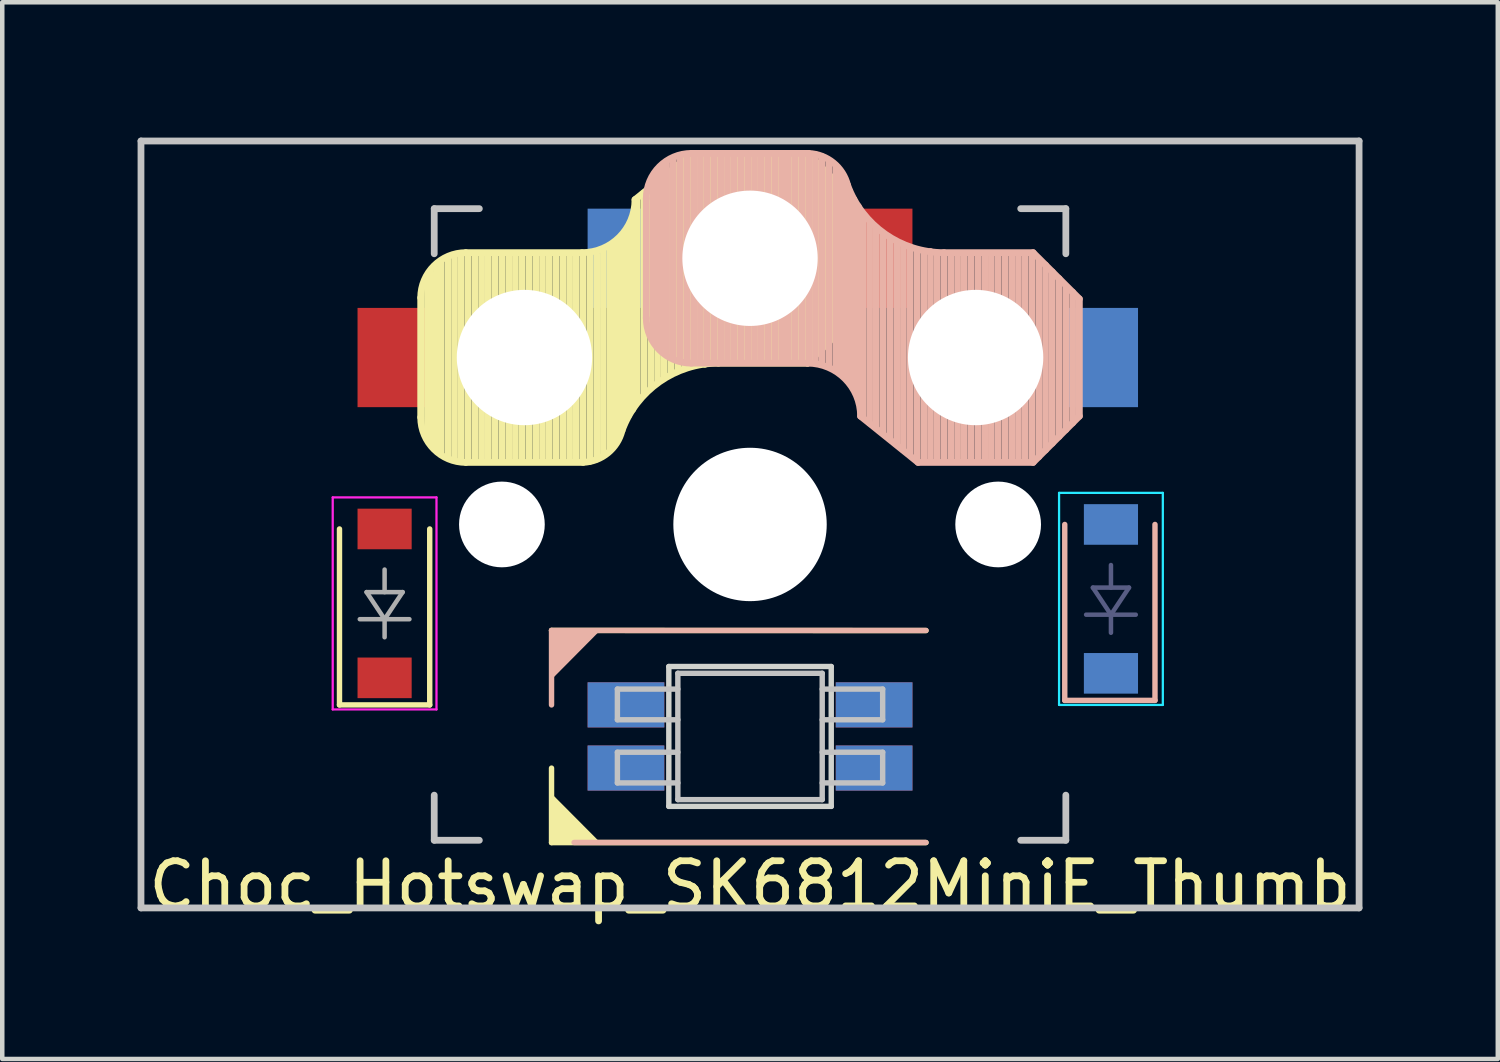
<source format=kicad_pcb>
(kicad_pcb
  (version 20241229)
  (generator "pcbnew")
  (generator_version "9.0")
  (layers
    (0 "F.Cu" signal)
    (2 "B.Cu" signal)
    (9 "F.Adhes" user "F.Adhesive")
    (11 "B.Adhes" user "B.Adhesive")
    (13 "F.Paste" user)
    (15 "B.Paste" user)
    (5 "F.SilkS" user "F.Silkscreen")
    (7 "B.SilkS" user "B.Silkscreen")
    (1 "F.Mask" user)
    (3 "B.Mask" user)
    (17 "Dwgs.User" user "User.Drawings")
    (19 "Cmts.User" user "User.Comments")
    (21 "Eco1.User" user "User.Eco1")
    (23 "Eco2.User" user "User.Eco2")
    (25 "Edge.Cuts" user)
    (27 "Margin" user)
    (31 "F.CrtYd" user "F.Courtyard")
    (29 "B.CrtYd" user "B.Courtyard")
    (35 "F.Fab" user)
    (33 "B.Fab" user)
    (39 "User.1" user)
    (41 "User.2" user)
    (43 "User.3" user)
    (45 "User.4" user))
  (footprint "Choc_Hotswap_SK6812MiniE_Thumb"
    (layer "F.Cu")
    (at 13.575 8.575)
    (property "Reference" "Choc_Hotswap_SK6812MiniE_Thumb" (at 0 8 180) (layer "F.SilkS") (effects (font (size 1 1) (thickness 0.15))))
    (attr through_hole)
    (fp_line (start -9.1 4) (end -9.1 0.1) (stroke (width 0.12) (type solid)) (layer "F.SilkS"))
    (fp_line (start -9.1 4) (end -7.1 4) (stroke (width 0.12) (type solid)) (layer "F.SilkS"))
    (fp_line (start -7.3 -5.025) (end -7.3 -2.375) (stroke (width 0.15) (type solid)) (layer "F.SilkS"))
    (fp_line (start -7.15 -1.95) (end -7.15 -5.5) (stroke (width 0.15) (type solid)) (layer "F.SilkS"))
    (fp_line (start -7.1 4) (end -7.1 0.1) (stroke (width 0.12) (type solid)) (layer "F.SilkS"))
    (fp_line (start -7.05 -1.8) (end -7.05 -5.55) (stroke (width 0.15) (type solid)) (layer "F.SilkS"))
    (fp_line (start -6.95 -1.7) (end -6.95 -5.65) (stroke (width 0.15) (type solid)) (layer "F.SilkS"))
    (fp_line (start -6.85 -1.6) (end -6.85 -5.8) (stroke (width 0.15) (type solid)) (layer "F.SilkS"))
    (fp_line (start -6.7 -1.5) (end -6.7 -5.9) (stroke (width 0.15) (type solid)) (layer "F.SilkS"))
    (fp_line (start -6.55 -1.45) (end -6.55 -5.95) (stroke (width 0.15) (type solid)) (layer "F.SilkS"))
    (fp_line (start -6.4 -1.4) (end -6.4 -5.95) (stroke (width 0.15) (type solid)) (layer "F.SilkS"))
    (fp_line (start -6.3 -6.025) (end -3.725 -6.025) (stroke (width 0.15) (type solid)) (layer "F.SilkS"))
    (fp_line (start -6.3 -1.375) (end -3.7 -1.375) (stroke (width 0.15) (type solid)) (layer "F.SilkS"))
    (fp_line (start -6.25 -1.4) (end -6.25 -6) (stroke (width 0.15) (type solid)) (layer "F.SilkS"))
    (fp_line (start -6.1 -1.4) (end -6.1 -6) (stroke (width 0.15) (type solid)) (layer "F.SilkS"))
    (fp_line (start -5.95 -1.4) (end -5.95 -6) (stroke (width 0.15) (type solid)) (layer "F.SilkS"))
    (fp_line (start -5.8 -1.4) (end -5.8 -6) (stroke (width 0.15) (type solid)) (layer "F.SilkS"))
    (fp_line (start -5.65 -1.4) (end -5.65 -6) (stroke (width 0.15) (type solid)) (layer "F.SilkS"))
    (fp_line (start -5.5 -1.4) (end -5.5 -6) (stroke (width 0.15) (type solid)) (layer "F.SilkS"))
    (fp_line (start -5.35 -1.4) (end -5.35 -6) (stroke (width 0.15) (type solid)) (layer "F.SilkS"))
    (fp_line (start -5.2 -1.4) (end -5.2 -6) (stroke (width 0.15) (type solid)) (layer "F.SilkS"))
    (fp_line (start -5.05 -1.4) (end -5.05 -6) (stroke (width 0.15) (type solid)) (layer "F.SilkS"))
    (fp_line (start -4.9 -1.4) (end -4.9 -6) (stroke (width 0.15) (type solid)) (layer "F.SilkS"))
    (fp_line (start -4.75 -1.4) (end -4.75 -6) (stroke (width 0.15) (type solid)) (layer "F.SilkS"))
    (fp_line (start -4.6 -1.4) (end -4.6 -6) (stroke (width 0.15) (type solid)) (layer "F.SilkS"))
    (fp_line (start -4.45 -1.4) (end -4.45 -6) (stroke (width 0.15) (type solid)) (layer "F.SilkS"))
    (fp_line (start -4.4 2.349) (end 3.9 2.352) (stroke (width 0.12) (type solid)) (layer "F.SilkS"))
    (fp_line (start -4.4 7.052) (end -4.4 5.401) (stroke (width 0.12) (type solid)) (layer "F.SilkS"))
    (fp_line (start -4.3 -1.4) (end -4.3 -6) (stroke (width 0.15) (type solid)) (layer "F.SilkS"))
    (fp_line (start -4.15 -1.4) (end -4.15 -6) (stroke (width 0.15) (type solid)) (layer "F.SilkS"))
    (fp_line (start -4 -1.4) (end -4 -6) (stroke (width 0.15) (type solid)) (layer "F.SilkS"))
    (fp_line (start -3.85 -1.4) (end -3.85 -5.95) (stroke (width 0.15) (type solid)) (layer "F.SilkS"))
    (fp_line (start -3.7 -1.4) (end -3.7 -6) (stroke (width 0.15) (type solid)) (layer "F.SilkS"))
    (fp_line (start -3.55 -1.4) (end -3.55 -6) (stroke (width 0.15) (type solid)) (layer "F.SilkS"))
    (fp_line (start -3.4 -1.45) (end -3.4 -6) (stroke (width 0.15) (type solid)) (layer "F.SilkS"))
    (fp_line (start -3.25 -1.55) (end -3.25 -6.1) (stroke (width 0.15) (type solid)) (layer "F.SilkS"))
    (fp_line (start -3.1 -1.65) (end -3.1 -6.15) (stroke (width 0.15) (type solid)) (layer "F.SilkS"))
    (fp_line (start -3 -1.8) (end -3 -6.2) (stroke (width 0.15) (type solid)) (layer "F.SilkS"))
    (fp_line (start -2.9 -2.05) (end -2.9 -6.25) (stroke (width 0.15) (type solid)) (layer "F.SilkS"))
    (fp_line (start -2.8 -2.2) (end -2.8 -6.35) (stroke (width 0.15) (type solid)) (layer "F.SilkS"))
    (fp_line (start -2.7 -2.4) (end -2.7 -6.55) (stroke (width 0.15) (type solid)) (layer "F.SilkS"))
    (fp_line (start -2.6 -2.55) (end -2.6 -6.7) (stroke (width 0.15) (type solid)) (layer "F.SilkS"))
    (fp_line (start -2.5 -2.75) (end -2.5 -7.2) (stroke (width 0.15) (type solid)) (layer "F.SilkS"))
    (fp_line (start -2.35 -2.9) (end -2.35 -7.35) (stroke (width 0.15) (type solid)) (layer "F.SilkS"))
    (fp_line (start -2.2 -3.05) (end -2.2 -7.45) (stroke (width 0.15) (type solid)) (layer "F.SilkS"))
    (fp_line (start -2.05 -3.15) (end -2.05 -7.55) (stroke (width 0.15) (type solid)) (layer "F.SilkS"))
    (fp_line (start -1.9 -3.25) (end -1.9 -7.7) (stroke (width 0.15) (type solid)) (layer "F.SilkS"))
    (fp_line (start -1.75 -3.35) (end -1.75 -7.8) (stroke (width 0.15) (type solid)) (layer "F.SilkS"))
    (fp_line (start -1.6 -3.4) (end -1.6 -7.95) (stroke (width 0.15) (type solid)) (layer "F.SilkS"))
    (fp_line (start -1.45 -3.5) (end -1.45 -8.05) (stroke (width 0.15) (type solid)) (layer "F.SilkS"))
    (fp_line (start -1.3 -3.55) (end -1.3 -8.15) (stroke (width 0.15) (type solid)) (layer "F.SilkS"))
    (fp_line (start -1.275 -8.225) (end -2.55 -7.2) (stroke (width 0.15) (type solid)) (layer "F.SilkS"))
    (fp_line (start -1.275 -8.225) (end 1.275 -8.225) (stroke (width 0.15) (type solid)) (layer "F.SilkS"))
    (fp_line (start -1.15 -3.55) (end -1.15 -8.2) (stroke (width 0.15) (type solid)) (layer "F.SilkS"))
    (fp_line (start -1 -3.55) (end -1 -8.2) (stroke (width 0.15) (type solid)) (layer "F.SilkS"))
    (fp_line (start -0.85 -3.6) (end -0.85 -8.15) (stroke (width 0.15) (type solid)) (layer "F.SilkS"))
    (fp_line (start -0.7 -3.6) (end -0.7 -8.2) (stroke (width 0.15) (type solid)) (layer "F.SilkS"))
    (fp_line (start -0.7 -3.575) (end 1.275 -3.575) (stroke (width 0.15) (type solid)) (layer "F.SilkS"))
    (fp_line (start -0.55 -3.6) (end -0.55 -8.2) (stroke (width 0.15) (type solid)) (layer "F.SilkS"))
    (fp_line (start -0.4 -3.6) (end -0.4 -8.2) (stroke (width 0.15) (type solid)) (layer "F.SilkS"))
    (fp_line (start -0.25 -3.6) (end -0.25 -8.2) (stroke (width 0.15) (type solid)) (layer "F.SilkS"))
    (fp_line (start -0.1 -3.6) (end -0.1 -8.2) (stroke (width 0.15) (type solid)) (layer "F.SilkS"))
    (fp_line (start 0.05 -3.6) (end 0.05 -8.2) (stroke (width 0.15) (type solid)) (layer "F.SilkS"))
    (fp_line (start 0.2 -3.6) (end 0.2 -8.2) (stroke (width 0.15) (type solid)) (layer "F.SilkS"))
    (fp_line (start 0.35 -3.6) (end 0.35 -8.2) (stroke (width 0.15) (type solid)) (layer "F.SilkS"))
    (fp_line (start 0.5 -3.6) (end 0.5 -8.2) (stroke (width 0.15) (type solid)) (layer "F.SilkS"))
    (fp_line (start 0.65 -3.6) (end 0.65 -8.2) (stroke (width 0.15) (type solid)) (layer "F.SilkS"))
    (fp_line (start 0.8 -3.6) (end 0.8 -8.2) (stroke (width 0.15) (type solid)) (layer "F.SilkS"))
    (fp_line (start 0.95 -3.6) (end 0.95 -8.2) (stroke (width 0.15) (type solid)) (layer "F.SilkS"))
    (fp_line (start 1.1 -3.6) (end 1.1 -8.2) (stroke (width 0.15) (type solid)) (layer "F.SilkS"))
    (fp_line (start 1.25 -3.6) (end 1.25 -8.2) (stroke (width 0.15) (type solid)) (layer "F.SilkS"))
    (fp_line (start 1.4 -3.75) (end 1.4 -8.1) (stroke (width 0.15) (type solid)) (layer "F.SilkS"))
    (fp_line (start 1.55 -3.85) (end 1.55 -7.95) (stroke (width 0.15) (type solid)) (layer "F.SilkS"))
    (fp_line (start 1.7 -4) (end 1.7 -7.8) (stroke (width 0.15) (type solid)) (layer "F.SilkS"))
    (fp_line (start 1.85 -4.15) (end 1.85 -7.65) (stroke (width 0.15) (type solid)) (layer "F.SilkS"))
    (fp_line (start 2 -4.35) (end 2 -7.5) (stroke (width 0.15) (type solid)) (layer "F.SilkS"))
    (fp_line (start 2.15 -4.45) (end 2.15 -7.35) (stroke (width 0.15) (type solid)) (layer "F.SilkS"))
    (fp_line (start 2.3 -7.2) (end 1.275 -8.225) (stroke (width 0.15) (type solid)) (layer "F.SilkS"))
    (fp_line (start 2.3 -7.2) (end 2.3 -4.6) (stroke (width 0.15) (type solid)) (layer "F.SilkS"))
    (fp_line (start 2.3 -4.6) (end 1.275 -3.575) (stroke (width 0.15) (type solid)) (layer "F.SilkS"))
    (fp_line (start 3.9 7.052) (end -4.4 7.052) (stroke (width 0.12) (type solid)) (layer "F.SilkS"))
    (fp_arc (start -7.3 -5.025) (mid -7.007107 -5.732107) (end -6.3 -6.025) (stroke (width 0.15) (type solid)) (layer "F.SilkS"))
    (fp_arc (start -6.3 -1.375) (mid -7.007107 -1.667893) (end -7.3 -2.375) (stroke (width 0.15) (type solid)) (layer "F.SilkS"))
    (fp_arc (start -2.837801 -2.078096) (mid -3.151716 -1.583979) (end -3.699005 -1.376209) (stroke (width 0.15) (type solid)) (layer "F.SilkS"))
    (fp_arc (start -2.837801 -2.078096) (mid -2.004887 -3.163571) (end -0.7 -3.575) (stroke (width 0.15) (type solid)) (layer "F.SilkS"))
    (fp_arc (start -2.55 -7.2) (mid -2.89415 -6.36915) (end -3.725 -6.025) (stroke (width 0.15) (type solid)) (layer "F.SilkS"))
    (fp_poly (pts (xy -3.392 7.049) (xy -4.4 7.052) (xy -4.4 6.036)) (stroke (width 0.1) (type solid)) (fill yes) (layer "F.SilkS"))
    (fp_line (start -4.4 2.349) (end -4.4 4) (stroke (width 0.12) (type solid)) (layer "B.SilkS"))
    (fp_line (start -3.9 7.049) (end 3.9 7.049) (stroke (width 0.12) (type solid)) (layer "B.SilkS"))
    (fp_line (start -2.3 -4.575) (end -2.3 -7.225) (stroke (width 0.15) (type solid)) (layer "B.SilkS"))
    (fp_line (start -2.15 -7.65) (end -2.15 -4.1) (stroke (width 0.15) (type solid)) (layer "B.SilkS"))
    (fp_line (start -2.05 -7.8) (end -2.05 -4.05) (stroke (width 0.15) (type solid)) (layer "B.SilkS"))
    (fp_line (start -1.95 -7.9) (end -1.95 -3.95) (stroke (width 0.15) (type solid)) (layer "B.SilkS"))
    (fp_line (start -1.85 -8) (end -1.85 -3.8) (stroke (width 0.15) (type solid)) (layer "B.SilkS"))
    (fp_line (start -1.7 -8.1) (end -1.7 -3.7) (stroke (width 0.15) (type solid)) (layer "B.SilkS"))
    (fp_line (start -1.55 -8.15) (end -1.55 -3.65) (stroke (width 0.15) (type solid)) (layer "B.SilkS"))
    (fp_line (start -1.4 -8.2) (end -1.4 -3.65) (stroke (width 0.15) (type solid)) (layer "B.SilkS"))
    (fp_line (start -1.3 -8.225) (end 1.3 -8.225) (stroke (width 0.15) (type solid)) (layer "B.SilkS"))
    (fp_line (start -1.3 -3.575) (end 1.275 -3.575) (stroke (width 0.15) (type solid)) (layer "B.SilkS"))
    (fp_line (start -1.25 -8.2) (end -1.25 -3.6) (stroke (width 0.15) (type solid)) (layer "B.SilkS"))
    (fp_line (start -1.1 -8.2) (end -1.1 -3.6) (stroke (width 0.15) (type solid)) (layer "B.SilkS"))
    (fp_line (start -0.95 -8.2) (end -0.95 -3.6) (stroke (width 0.15) (type solid)) (layer "B.SilkS"))
    (fp_line (start -0.8 -8.2) (end -0.8 -3.6) (stroke (width 0.15) (type solid)) (layer "B.SilkS"))
    (fp_line (start -0.65 -8.2) (end -0.65 -3.6) (stroke (width 0.15) (type solid)) (layer "B.SilkS"))
    (fp_line (start -0.5 -8.2) (end -0.5 -3.6) (stroke (width 0.15) (type solid)) (layer "B.SilkS"))
    (fp_line (start -0.35 -8.2) (end -0.35 -3.6) (stroke (width 0.15) (type solid)) (layer "B.SilkS"))
    (fp_line (start -0.2 -8.2) (end -0.2 -3.6) (stroke (width 0.15) (type solid)) (layer "B.SilkS"))
    (fp_line (start -0.05 -8.2) (end -0.05 -3.6) (stroke (width 0.15) (type solid)) (layer "B.SilkS"))
    (fp_line (start 0.1 -8.2) (end 0.1 -3.6) (stroke (width 0.15) (type solid)) (layer "B.SilkS"))
    (fp_line (start 0.25 -8.2) (end 0.25 -3.6) (stroke (width 0.15) (type solid)) (layer "B.SilkS"))
    (fp_line (start 0.4 -8.2) (end 0.4 -3.6) (stroke (width 0.15) (type solid)) (layer "B.SilkS"))
    (fp_line (start 0.55 -8.2) (end 0.55 -3.6) (stroke (width 0.15) (type solid)) (layer "B.SilkS"))
    (fp_line (start 0.7 -8.2) (end 0.7 -3.6) (stroke (width 0.15) (type solid)) (layer "B.SilkS"))
    (fp_line (start 0.85 -8.2) (end 0.85 -3.6) (stroke (width 0.15) (type solid)) (layer "B.SilkS"))
    (fp_line (start 1 -8.2) (end 1 -3.6) (stroke (width 0.15) (type solid)) (layer "B.SilkS"))
    (fp_line (start 1.15 -8.2) (end 1.15 -3.65) (stroke (width 0.15) (type solid)) (layer "B.SilkS"))
    (fp_line (start 1.3 -8.2) (end 1.3 -3.6) (stroke (width 0.15) (type solid)) (layer "B.SilkS"))
    (fp_line (start 1.45 -8.2) (end 1.45 -3.6) (stroke (width 0.15) (type solid)) (layer "B.SilkS"))
    (fp_line (start 1.6 -8.15) (end 1.6 -3.6) (stroke (width 0.15) (type solid)) (layer "B.SilkS"))
    (fp_line (start 1.75 -8.05) (end 1.75 -3.5) (stroke (width 0.15) (type solid)) (layer "B.SilkS"))
    (fp_line (start 1.9 -7.95) (end 1.9 -3.45) (stroke (width 0.15) (type solid)) (layer "B.SilkS"))
    (fp_line (start 2 -7.8) (end 2 -3.4) (stroke (width 0.15) (type solid)) (layer "B.SilkS"))
    (fp_line (start 2.1 -7.55) (end 2.1 -3.35) (stroke (width 0.15) (type solid)) (layer "B.SilkS"))
    (fp_line (start 2.2 -7.4) (end 2.2 -3.25) (stroke (width 0.15) (type solid)) (layer "B.SilkS"))
    (fp_line (start 2.3 -7.2) (end 2.3 -3.05) (stroke (width 0.15) (type solid)) (layer "B.SilkS"))
    (fp_line (start 2.4 -7.05) (end 2.4 -2.9) (stroke (width 0.15) (type solid)) (layer "B.SilkS"))
    (fp_line (start 2.5 -6.85) (end 2.5 -2.4) (stroke (width 0.15) (type solid)) (layer "B.SilkS"))
    (fp_line (start 2.65 -6.7) (end 2.65 -2.25) (stroke (width 0.15) (type solid)) (layer "B.SilkS"))
    (fp_line (start 2.8 -6.55) (end 2.8 -2.15) (stroke (width 0.15) (type solid)) (layer "B.SilkS"))
    (fp_line (start 2.95 -6.45) (end 2.95 -2.05) (stroke (width 0.15) (type solid)) (layer "B.SilkS"))
    (fp_line (start 3.1 -6.35) (end 3.1 -1.9) (stroke (width 0.15) (type solid)) (layer "B.SilkS"))
    (fp_line (start 3.25 -6.25) (end 3.25 -1.8) (stroke (width 0.15) (type solid)) (layer "B.SilkS"))
    (fp_line (start 3.4 -6.2) (end 3.4 -1.65) (stroke (width 0.15) (type solid)) (layer "B.SilkS"))
    (fp_line (start 3.55 -6.1) (end 3.55 -1.55) (stroke (width 0.15) (type solid)) (layer "B.SilkS"))
    (fp_line (start 3.7 -6.05) (end 3.7 -1.45) (stroke (width 0.15) (type solid)) (layer "B.SilkS"))
    (fp_line (start 3.725 -1.375) (end 2.45 -2.4) (stroke (width 0.15) (type solid)) (layer "B.SilkS"))
    (fp_line (start 3.725 -1.375) (end 6.275 -1.375) (stroke (width 0.15) (type solid)) (layer "B.SilkS"))
    (fp_line (start 3.85 -6.05) (end 3.85 -1.4) (stroke (width 0.15) (type solid)) (layer "B.SilkS"))
    (fp_line (start 3.9 2.349) (end -4.4 2.349) (stroke (width 0.12) (type solid)) (layer "B.SilkS"))
    (fp_line (start 4 -6.05) (end 4 -1.4) (stroke (width 0.15) (type solid)) (layer "B.SilkS"))
    (fp_line (start 4.15 -6) (end 4.15 -1.45) (stroke (width 0.15) (type solid)) (layer "B.SilkS"))
    (fp_line (start 4.3 -6.025) (end 6.275 -6.025) (stroke (width 0.15) (type solid)) (layer "B.SilkS"))
    (fp_line (start 4.3 -6) (end 4.3 -1.4) (stroke (width 0.15) (type solid)) (layer "B.SilkS"))
    (fp_line (start 4.45 -6) (end 4.45 -1.4) (stroke (width 0.15) (type solid)) (layer "B.SilkS"))
    (fp_line (start 4.6 -6) (end 4.6 -1.4) (stroke (width 0.15) (type solid)) (layer "B.SilkS"))
    (fp_line (start 4.75 -6) (end 4.75 -1.4) (stroke (width 0.15) (type solid)) (layer "B.SilkS"))
    (fp_line (start 4.9 -6) (end 4.9 -1.4) (stroke (width 0.15) (type solid)) (layer "B.SilkS"))
    (fp_line (start 5.05 -6) (end 5.05 -1.4) (stroke (width 0.15) (type solid)) (layer "B.SilkS"))
    (fp_line (start 5.2 -6) (end 5.2 -1.4) (stroke (width 0.15) (type solid)) (layer "B.SilkS"))
    (fp_line (start 5.35 -6) (end 5.35 -1.4) (stroke (width 0.15) (type solid)) (layer "B.SilkS"))
    (fp_line (start 5.5 -6) (end 5.5 -1.4) (stroke (width 0.15) (type solid)) (layer "B.SilkS"))
    (fp_line (start 5.65 -6) (end 5.65 -1.4) (stroke (width 0.15) (type solid)) (layer "B.SilkS"))
    (fp_line (start 5.8 -6) (end 5.8 -1.4) (stroke (width 0.15) (type solid)) (layer "B.SilkS"))
    (fp_line (start 5.95 -6) (end 5.95 -1.4) (stroke (width 0.15) (type solid)) (layer "B.SilkS"))
    (fp_line (start 6.1 -6) (end 6.1 -1.4) (stroke (width 0.15) (type solid)) (layer "B.SilkS"))
    (fp_line (start 6.25 -6) (end 6.25 -1.4) (stroke (width 0.15) (type solid)) (layer "B.SilkS"))
    (fp_line (start 6.4 -5.85) (end 6.4 -1.5) (stroke (width 0.15) (type solid)) (layer "B.SilkS"))
    (fp_line (start 6.55 -5.75) (end 6.55 -1.65) (stroke (width 0.15) (type solid)) (layer "B.SilkS"))
    (fp_line (start 6.7 -5.6) (end 6.7 -1.8) (stroke (width 0.15) (type solid)) (layer "B.SilkS"))
    (fp_line (start 6.85 -5.45) (end 6.85 -1.95) (stroke (width 0.15) (type solid)) (layer "B.SilkS"))
    (fp_line (start 6.976 3.9) (end 6.976 0) (stroke (width 0.12) (type solid)) (layer "B.SilkS"))
    (fp_line (start 7 -5.25) (end 7 -2.1) (stroke (width 0.15) (type solid)) (layer "B.SilkS"))
    (fp_line (start 7.15 -5.15) (end 7.15 -2.25) (stroke (width 0.15) (type solid)) (layer "B.SilkS"))
    (fp_line (start 7.3 -5) (end 6.275 -6.025) (stroke (width 0.15) (type solid)) (layer "B.SilkS"))
    (fp_line (start 7.3 -2.4) (end 6.275 -1.375) (stroke (width 0.15) (type solid)) (layer "B.SilkS"))
    (fp_line (start 7.3 -2.4) (end 7.3 -5) (stroke (width 0.15) (type solid)) (layer "B.SilkS"))
    (fp_line (start 8.976 3.9) (end 6.976 3.9) (stroke (width 0.12) (type solid)) (layer "B.SilkS"))
    (fp_line (start 8.976 3.9) (end 8.976 0) (stroke (width 0.12) (type solid)) (layer "B.SilkS"))
    (fp_arc (start -2.3 -7.225) (mid -2.007107 -7.932107) (end -1.3 -8.225) (stroke (width 0.15) (type solid)) (layer "B.SilkS"))
    (fp_arc (start -1.3 -3.575) (mid -2.007107 -3.867893) (end -2.3 -4.575) (stroke (width 0.15) (type solid)) (layer "B.SilkS"))
    (fp_arc (start 1.275 -3.575) (mid 2.10585 -3.23085) (end 2.45 -2.4) (stroke (width 0.15) (type solid)) (layer "B.SilkS"))
    (fp_arc (start 1.300995 -8.223791) (mid 1.848284 -8.016021) (end 2.162199 -7.521904) (stroke (width 0.15) (type solid)) (layer "B.SilkS"))
    (fp_arc (start 4.3 -6.025) (mid 2.995114 -6.436429) (end 2.162199 -7.521904) (stroke (width 0.15) (type solid)) (layer "B.SilkS"))
    (fp_poly (pts (xy -4.4 3.365) (xy -4.4 2.349) (xy -3.392 2.349)) (stroke (width 0.1) (type solid)) (fill yes) (layer "B.SilkS"))
    (fp_line (start -13.5 -8.5) (end 13.5 -8.5) (stroke (width 0.15) (type solid)) (layer "Dwgs.User"))
    (fp_line (start -13.5 8.5) (end -13.5 -8.5) (stroke (width 0.15) (type solid)) (layer "Dwgs.User"))
    (fp_line (start -7 -7) (end -7 -6) (stroke (width 0.15) (type solid)) (layer "Dwgs.User"))
    (fp_line (start -7 6) (end -7 7) (stroke (width 0.15) (type solid)) (layer "Dwgs.User"))
    (fp_line (start -7 7) (end -6 7) (stroke (width 0.15) (type solid)) (layer "Dwgs.User"))
    (fp_line (start -6 -7) (end -7 -7) (stroke (width 0.15) (type solid)) (layer "Dwgs.User"))
    (fp_line (start -2.94 3.649) (end -2.94 4.329) (stroke (width 0.12) (type solid)) (layer "Dwgs.User"))
    (fp_line (start -2.94 4.329) (end -1.6 4.329) (stroke (width 0.12) (type solid)) (layer "Dwgs.User"))
    (fp_line (start -2.94 5.049) (end -2.94 5.729) (stroke (width 0.12) (type solid)) (layer "Dwgs.User"))
    (fp_line (start -2.94 5.729) (end -1.6 5.729) (stroke (width 0.12) (type solid)) (layer "Dwgs.User"))
    (fp_line (start -1.6 3.299) (end -1.6 6.099) (stroke (width 0.12) (type solid)) (layer "Dwgs.User"))
    (fp_line (start -1.6 3.299) (end 1.6 3.299) (stroke (width 0.12) (type solid)) (layer "Dwgs.User"))
    (fp_line (start -1.6 3.649) (end -2.94 3.649) (stroke (width 0.12) (type solid)) (layer "Dwgs.User"))
    (fp_line (start -1.6 5.049) (end -2.94 5.049) (stroke (width 0.12) (type solid)) (layer "Dwgs.User"))
    (fp_line (start -1.6 6.099) (end 1.6 6.099) (stroke (width 0.12) (type solid)) (layer "Dwgs.User"))
    (fp_line (start 1.6 3.299) (end 1.6 6.099) (stroke (width 0.12) (type solid)) (layer "Dwgs.User"))
    (fp_line (start 1.6 4.329) (end 2.94 4.329) (stroke (width 0.12) (type solid)) (layer "Dwgs.User"))
    (fp_line (start 1.6 5.729) (end 2.94 5.729) (stroke (width 0.12) (type solid)) (layer "Dwgs.User"))
    (fp_line (start 2.94 3.649) (end 1.6 3.649) (stroke (width 0.12) (type solid)) (layer "Dwgs.User"))
    (fp_line (start 2.94 4.329) (end 2.94 3.649) (stroke (width 0.12) (type solid)) (layer "Dwgs.User"))
    (fp_line (start 2.94 5.049) (end 1.6 5.049) (stroke (width 0.12) (type solid)) (layer "Dwgs.User"))
    (fp_line (start 2.94 5.729) (end 2.94 5.049) (stroke (width 0.12) (type solid)) (layer "Dwgs.User"))
    (fp_line (start 6 -7) (end 7 -7) (stroke (width 0.15) (type solid)) (layer "Dwgs.User"))
    (fp_line (start 7 -7) (end 7 -6) (stroke (width 0.15) (type solid)) (layer "Dwgs.User"))
    (fp_line (start 7 6) (end 7 7) (stroke (width 0.15) (type solid)) (layer "Dwgs.User"))
    (fp_line (start 7 7) (end 6 7) (stroke (width 0.15) (type solid)) (layer "Dwgs.User"))
    (fp_line (start 13.5 -8.5) (end 13.5 8.5) (stroke (width 0.15) (type solid)) (layer "Dwgs.User"))
    (fp_line (start 13.5 8.5) (end -13.5 8.5) (stroke (width 0.15) (type solid)) (layer "Dwgs.User"))
    (fp_line (start -1.8 3.149) (end -1.8 6.249) (stroke (width 0.12) (type solid)) (layer "Edge.Cuts"))
    (fp_line (start -1.8 6.249) (end 1.8 6.249) (stroke (width 0.12) (type solid)) (layer "Edge.Cuts"))
    (fp_line (start 1.8 3.149) (end -1.8 3.149) (stroke (width 0.12) (type solid)) (layer "Edge.Cuts"))
    (fp_line (start 1.8 6.249) (end 1.8 3.149) (stroke (width 0.12) (type solid)) (layer "Edge.Cuts"))
    (fp_line (start 6.85 -0.7) (end 6.85 4) (stroke (width 0.05) (type solid)) (layer "B.CrtYd"))
    (fp_line (start 6.85 -0.7) (end 9.15 -0.7) (stroke (width 0.05) (type solid)) (layer "B.CrtYd"))
    (fp_line (start 6.85 4) (end 9.15 4) (stroke (width 0.05) (type solid)) (layer "B.CrtYd"))
    (fp_line (start 9.15 4) (end 9.15 -0.7) (stroke (width 0.05) (type solid)) (layer "B.CrtYd"))
    (fp_line (start -9.25 -0.6) (end -6.95 -0.6) (stroke (width 0.05) (type solid)) (layer "F.CrtYd"))
    (fp_line (start -9.25 4.1) (end -9.25 -0.6) (stroke (width 0.05) (type solid)) (layer "F.CrtYd"))
    (fp_line (start -9.25 4.1) (end -6.95 4.1) (stroke (width 0.05) (type solid)) (layer "F.CrtYd"))
    (fp_line (start -6.95 -0.6) (end -6.95 4.1) (stroke (width 0.05) (type solid)) (layer "F.CrtYd"))
    (fp_line (start 7.6 1.4) (end 8.4 1.4) (stroke (width 0.1) (type solid)) (layer "B.Fab"))
    (fp_line (start 8 1.4) (end 8 0.9) (stroke (width 0.1) (type solid)) (layer "B.Fab"))
    (fp_line (start 8 2) (end 7.45 2) (stroke (width 0.1) (type solid)) (layer "B.Fab"))
    (fp_line (start 8 2) (end 7.6 1.4) (stroke (width 0.1) (type solid)) (layer "B.Fab"))
    (fp_line (start 8 2) (end 8.55 2) (stroke (width 0.1) (type solid)) (layer "B.Fab"))
    (fp_line (start 8 2.4) (end 8 2) (stroke (width 0.1) (type solid)) (layer "B.Fab"))
    (fp_line (start 8.4 1.4) (end 8 2) (stroke (width 0.1) (type solid)) (layer "B.Fab"))
    (fp_line (start -8.5 1.5) (end -7.7 1.5) (stroke (width 0.1) (type solid)) (layer "F.Fab"))
    (fp_line (start -8.1 1.5) (end -8.1 1) (stroke (width 0.1) (type solid)) (layer "F.Fab"))
    (fp_line (start -8.1 2.1) (end -8.65 2.1) (stroke (width 0.1) (type solid)) (layer "F.Fab"))
    (fp_line (start -8.1 2.1) (end -8.5 1.5) (stroke (width 0.1) (type solid)) (layer "F.Fab"))
    (fp_line (start -8.1 2.1) (end -7.55 2.1) (stroke (width 0.1) (type solid)) (layer "F.Fab"))
    (fp_line (start -8.1 2.5) (end -8.1 2.1) (stroke (width 0.1) (type solid)) (layer "F.Fab"))
    (fp_line (start -7.7 1.5) (end -8.1 2.1) (stroke (width 0.1) (type solid)) (layer "F.Fab"))
    (pad "" np_thru_hole circle (at -5.5 0) (size 1.9 1.9) (drill 1.9) (layers "*.Cu" "*.Mask"))
    (pad "" np_thru_hole circle (at -5 -3.7 90) (size 3 3) (drill 3) (layers "*.Cu" "*.Mask"))
    (pad "" np_thru_hole circle (at 0 -5.9 270) (size 3 3) (drill 3) (layers "*.Cu" "*.Mask"))
    (pad "" np_thru_hole circle (at 0 0 270) (size 3.4 3.4) (drill 3.4) (layers "*.Cu" "*.Mask"))
    (pad "" np_thru_hole circle (at 5 -3.7 270) (size 3 3) (drill 3) (layers "*.Cu" "*.Mask"))
    (pad "" np_thru_hole circle (at 5.5 0) (size 1.9 1.9) (drill 1.9) (layers "*.Cu" "*.Mask"))
    (pad "1" smd rect (at 2.75 3.999) (size 1.7 1) (layers "F.Cu" "F.Mask" "F.Paste"))
    (pad "2" smd rect (at 2.75 5.399) (size 1.7 1) (layers "F.Cu" "F.Mask" "F.Paste"))
    (pad "3" smd rect (at -2.75 5.399) (size 1.7 1) (layers "F.Cu" "F.Mask" "F.Paste"))
    (pad "4" smd rect (at -2.75 3.999) (size 1.7 1) (layers "F.Cu" "F.Mask" "F.Paste"))
    (pad "5" smd rect (at 2.8 -5.9) (size 1.6 2.2) (layers "F.Cu" "F.Mask" "F.Paste"))
    (pad "6" smd rect (at -8.1 0.1 90) (size 0.9 1.2) (layers "F.Cu" "F.Mask" "F.Paste"))
    (pad "6" smd rect (at -7.9 -3.7) (size 1.6 2.2) (layers "F.Cu" "F.Mask" "F.Paste"))
    (pad "7" smd rect (at -8.1 3.4 90) (size 0.9 1.2) (layers "F.Cu" "F.Mask" "F.Paste"))
    (pad "8" smd rect (at 2.75 5.399) (size 1.7 1) (layers "B.Cu" "B.Mask" "B.Paste"))
    (pad "9" smd rect (at 2.75 3.999) (size 1.7 1) (layers "B.Cu" "B.Mask" "B.Paste"))
    (pad "10" smd rect (at -2.75 3.999) (size 1.7 1) (layers "B.Cu" "B.Mask" "B.Paste"))
    (pad "11" smd rect (at -2.75 5.399) (size 1.7 1) (layers "B.Cu" "B.Mask" "B.Paste"))
    (pad "12" smd rect (at -2.8 -5.9) (size 1.6 2.2) (layers "B.Cu" "B.Mask" "B.Paste"))
    (pad "13" smd rect (at 7.8 -3.7) (size 1.6 2.2) (layers "B.Cu" "B.Mask" "B.Paste"))
    (pad "13" smd rect (at 8 0 90) (size 0.9 1.2) (layers "B.Cu" "B.Mask" "B.Paste"))
    (pad "14" smd rect (at 8 3.3 90) (size 0.9 1.2) (layers "B.Cu" "B.Mask" "B.Paste")))
  (gr_rect
    (start -3 -3)
    (end 30.15 20.423)
    (stroke (width 0.1) (type default))
    (fill no)
    (layer "Edge.Cuts")))
</source>
